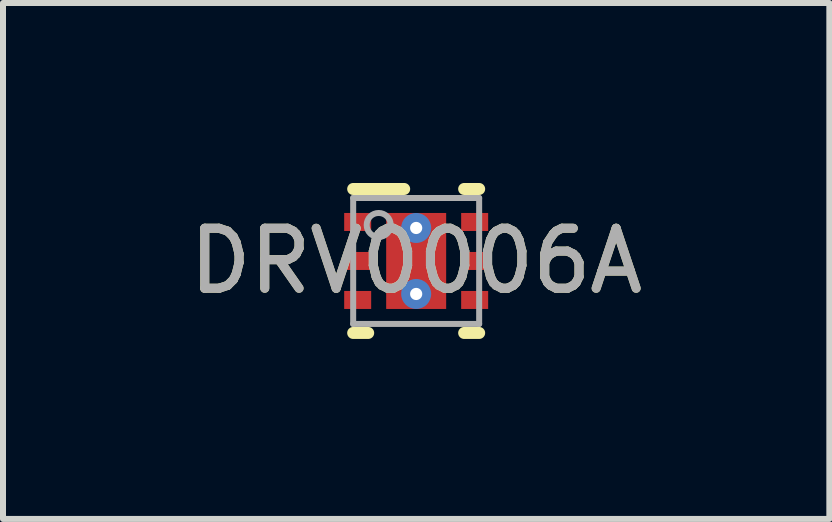
<source format=kicad_pcb>
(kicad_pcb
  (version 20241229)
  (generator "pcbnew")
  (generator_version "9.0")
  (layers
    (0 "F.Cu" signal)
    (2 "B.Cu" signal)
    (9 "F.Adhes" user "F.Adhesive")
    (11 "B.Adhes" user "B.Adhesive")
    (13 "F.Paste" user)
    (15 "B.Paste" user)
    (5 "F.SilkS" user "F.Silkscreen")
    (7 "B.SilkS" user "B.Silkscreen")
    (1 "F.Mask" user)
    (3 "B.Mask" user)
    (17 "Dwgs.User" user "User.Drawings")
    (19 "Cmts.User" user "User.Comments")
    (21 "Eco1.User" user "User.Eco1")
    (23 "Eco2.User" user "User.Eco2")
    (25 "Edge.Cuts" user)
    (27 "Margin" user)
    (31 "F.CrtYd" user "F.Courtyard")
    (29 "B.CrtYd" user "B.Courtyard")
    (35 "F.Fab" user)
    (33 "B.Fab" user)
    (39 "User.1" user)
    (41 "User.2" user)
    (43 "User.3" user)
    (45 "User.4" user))
  (footprint "DRV0006A"
    (layer "F.Cu")
    (at 3.887 1.3)
    (property "Reference" "DRV0006A" (at 0 0 0) (unlocked yes) (layer "F.SilkS") (effects (font (size 1 1) (thickness 0.15))))
    (attr smd)
    (fp_line (start -1.05 -1.2) (end -0.2 -1.2) (stroke (width 0.2) (type solid)) (layer "F.SilkS"))
    (fp_line (start -1.05 1.2) (end -0.8 1.2) (stroke (width 0.2) (type solid)) (layer "F.SilkS"))
    (fp_line (start 0.8 -1.2) (end 1.05 -1.2) (stroke (width 0.2) (type solid)) (layer "F.SilkS"))
    (fp_line (start 0.8 1.2) (end 1.05 1.2) (stroke (width 0.2) (type solid)) (layer "F.SilkS"))
    (fp_poly (pts (xy -0.5 -0.149) (xy -0.5 -0.751) (xy -0.499 -0.761) (xy -0.496 -0.77) (xy -0.492 -0.778) (xy -0.486 -0.786) (xy -0.478 -0.792) (xy -0.47 -0.796) (xy -0.461 -0.799) (xy -0.451 -0.8) (xy 0.451 -0.8) (xy 0.461 -0.799) (xy 0.47 -0.796) (xy 0.478 -0.792) (xy 0.486 -0.786) (xy 0.492 -0.778) (xy 0.496 -0.77) (xy 0.499 -0.761) (xy 0.5 -0.751) (xy 0.5 -0.149) (xy 0.499 -0.139) (xy 0.496 -0.13) (xy 0.492 -0.122) (xy 0.486 -0.114) (xy 0.478 -0.108) (xy 0.47 -0.104) (xy 0.461 -0.101) (xy 0.451 -0.1) (xy -0.451 -0.1) (xy -0.461 -0.101) (xy -0.47 -0.104) (xy -0.478 -0.108) (xy -0.486 -0.114) (xy -0.492 -0.122) (xy -0.496 -0.13) (xy -0.499 -0.139)) (stroke (width 0) (type solid)) (fill yes) (layer "F.Paste"))
    (fp_poly (pts (xy -0.5 0.751) (xy -0.5 0.149) (xy -0.499 0.139) (xy -0.496 0.13) (xy -0.492 0.122) (xy -0.486 0.114) (xy -0.478 0.108) (xy -0.47 0.104) (xy -0.461 0.101) (xy -0.451 0.1) (xy 0.451 0.1) (xy 0.461 0.101) (xy 0.47 0.104) (xy 0.478 0.108) (xy 0.486 0.114) (xy 0.492 0.122) (xy 0.496 0.13) (xy 0.499 0.139) (xy 0.5 0.149) (xy 0.5 0.751) (xy 0.499 0.761) (xy 0.496 0.77) (xy 0.492 0.778) (xy 0.486 0.786) (xy 0.478 0.792) (xy 0.47 0.796) (xy 0.461 0.799) (xy 0.451 0.8) (xy -0.451 0.8) (xy -0.461 0.799) (xy -0.47 0.796) (xy -0.478 0.792) (xy -0.486 0.786) (xy -0.492 0.778) (xy -0.496 0.77) (xy -0.499 0.761)) (stroke (width 0) (type solid)) (fill yes) (layer "F.Paste"))
    (fp_line (start -1.05 -1.05) (end 1.05 -1.05) (stroke (width 0.1) (type solid)) (layer "F.Fab"))
    (fp_line (start -1.05 1.05) (end -1.05 -1.05) (stroke (width 0.1) (type solid)) (layer "F.Fab"))
    (fp_line (start -1.05 1.05) (end 1.05 1.05) (stroke (width 0.1) (type solid)) (layer "F.Fab"))
    (fp_line (start 1.05 1.05) (end 1.05 -1.05) (stroke (width 0.1) (type solid)) (layer "F.Fab"))
    (fp_circle (center -0.625 -0.6) (end -0.425 -0.6) (stroke (width 0.1) (type solid)) (fill no) (layer "F.Fab"))
    (fp_text user "${REFERENCE}" (at 0 0 0) (unlocked yes) (layer "F.Fab") (effects (font (size 1 1) (thickness 0.15))))
    (pad "1" smd rect (at -0.975 -0.65 90) (size 0.3 0.45) (layers "F.Cu" "F.Mask" "F.Paste"))
    (pad "2" smd rect (at -0.975 0 90) (size 0.3 0.45) (layers "F.Cu" "F.Mask" "F.Paste"))
    (pad "3" smd rect (at -0.975 0.65 90) (size 0.3 0.45) (layers "F.Cu" "F.Mask" "F.Paste"))
    (pad "4" smd rect (at 0.975 0.65 90) (size 0.3 0.45) (layers "F.Cu" "F.Mask" "F.Paste"))
    (pad "5" smd rect (at 0.975 0 90) (size 0.3 0.45) (layers "F.Cu" "F.Mask" "F.Paste"))
    (pad "6" smd rect (at 0.975 -0.65 90) (size 0.3 0.45) (layers "F.Cu" "F.Mask" "F.Paste"))
    (pad "7" smd rect (at 0 0) (size 1 1.6) (layers "F.Cu" "F.Mask" "F.Paste"))
    (pad "V" thru_hole circle (at 0 -0.55) (size 0.5 0.5) (drill 0.203) (layers "*.Cu" "*.Mask"))
    (pad "V" thru_hole circle (at 0 0.55) (size 0.5 0.5) (drill 0.203) (layers "*.Cu" "*.Mask")))
  (gr_rect
    (start -3 -3)
    (end 10.774 5.6)
    (stroke (width 0.1) (type default))
    (fill no)
    (layer "Edge.Cuts")))
</source>
